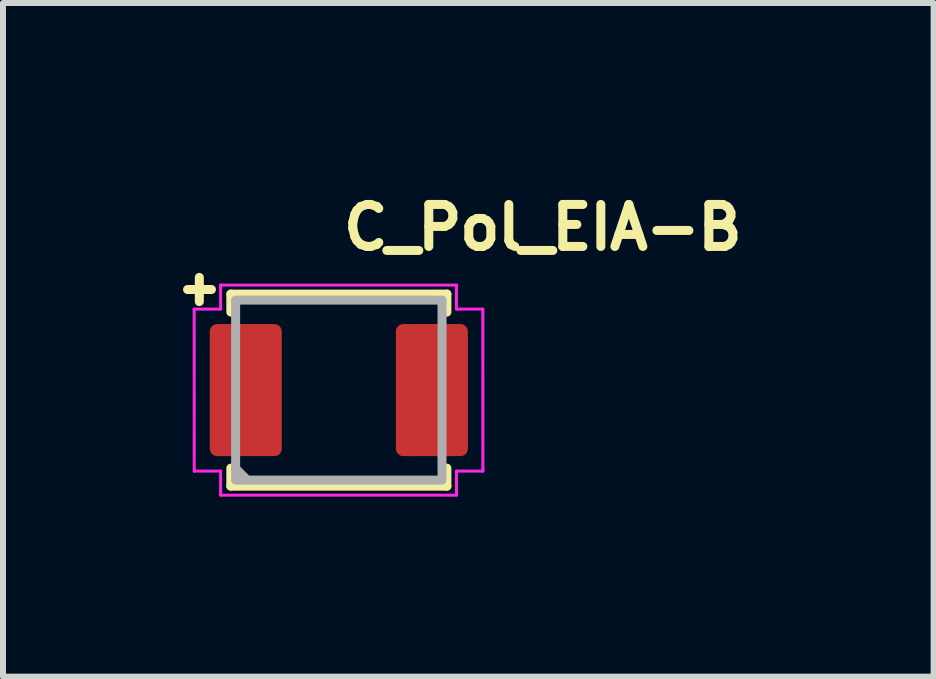
<source format=kicad_pcb>
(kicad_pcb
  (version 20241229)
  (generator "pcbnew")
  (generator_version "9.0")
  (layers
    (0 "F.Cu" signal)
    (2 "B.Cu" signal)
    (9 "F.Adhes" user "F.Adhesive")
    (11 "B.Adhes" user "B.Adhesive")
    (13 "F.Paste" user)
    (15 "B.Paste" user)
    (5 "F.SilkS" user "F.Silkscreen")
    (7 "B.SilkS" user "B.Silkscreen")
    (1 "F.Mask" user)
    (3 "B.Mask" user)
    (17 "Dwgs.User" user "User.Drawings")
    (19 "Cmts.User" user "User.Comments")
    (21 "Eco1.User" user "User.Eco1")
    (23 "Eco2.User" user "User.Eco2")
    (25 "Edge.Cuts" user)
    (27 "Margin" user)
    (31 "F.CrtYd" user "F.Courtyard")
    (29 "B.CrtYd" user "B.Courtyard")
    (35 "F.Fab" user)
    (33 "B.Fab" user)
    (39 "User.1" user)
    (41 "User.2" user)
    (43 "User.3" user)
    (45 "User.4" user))
  (footprint "C_Pol_EIA-B"
    (layer "F.Cu")
    (at 2.596 3.45)
    (property "Reference" "C_Pol_EIA-B" (at 0 -2.3 0) (layer "F.SilkS") (effects (font (size 0.7 0.7) (thickness 0.15)) (justify left bottom)))
    (attr smd)
    (fp_line (start -2.521 -1.676) (end -2.123 -1.676) (stroke (width 0.15) (type solid)) (layer "F.SilkS"))
    (fp_line (start -2.325 -1.475) (end -2.325 -1.878) (stroke (width 0.15) (type solid)) (layer "F.SilkS"))
    (fp_line (start -1.8 -1.6) (end 1.8 -1.6) (stroke (width 0.15) (type solid)) (layer "F.SilkS"))
    (fp_line (start -1.8 -1.3) (end -1.8 -1.6) (stroke (width 0.15) (type solid)) (layer "F.SilkS"))
    (fp_line (start -1.8 1.3) (end -1.8 1.6) (stroke (width 0.15) (type solid)) (layer "F.SilkS"))
    (fp_line (start 1.8 -1.3) (end 1.8 -1.6) (stroke (width 0.15) (type solid)) (layer "F.SilkS"))
    (fp_line (start 1.8 1.3) (end 1.8 1.6) (stroke (width 0.15) (type solid)) (layer "F.SilkS"))
    (fp_line (start 1.8 1.6) (end -1.8 1.6) (stroke (width 0.15) (type solid)) (layer "F.SilkS"))
    (fp_line (start -2.411 -1.35) (end -2.41 1.35) (stroke (width 0.05) (type solid)) (layer "F.CrtYd"))
    (fp_line (start -1.97 -1.75) (end -1.97 -1.35) (stroke (width 0.05) (type solid)) (layer "F.CrtYd"))
    (fp_line (start -1.97 -1.35) (end -2.41 -1.35) (stroke (width 0.05) (type solid)) (layer "F.CrtYd"))
    (fp_line (start -1.97 1.35) (end -2.41 1.35) (stroke (width 0.05) (type solid)) (layer "F.CrtYd"))
    (fp_line (start -1.97 1.35) (end -1.97 1.75) (stroke (width 0.05) (type solid)) (layer "F.CrtYd"))
    (fp_line (start 1.959 -1.75) (end -1.971 -1.75) (stroke (width 0.05) (type solid)) (layer "F.CrtYd"))
    (fp_line (start 1.959 -1.75) (end 1.959 -1.35) (stroke (width 0.05) (type solid)) (layer "F.CrtYd"))
    (fp_line (start 1.96 1.35) (end 1.96 1.75) (stroke (width 0.05) (type solid)) (layer "F.CrtYd"))
    (fp_line (start 1.96 1.75) (end -1.97 1.75) (stroke (width 0.05) (type solid)) (layer "F.CrtYd"))
    (fp_line (start 2.399 -1.35) (end 1.959 -1.35) (stroke (width 0.05) (type solid)) (layer "F.CrtYd"))
    (fp_line (start 2.399 -1.35) (end 2.4 1.35) (stroke (width 0.05) (type solid)) (layer "F.CrtYd"))
    (fp_line (start 2.4 1.35) (end 1.96 1.35) (stroke (width 0.05) (type solid)) (layer "F.CrtYd"))
    (fp_line (start -1.7 1.324) (end -1.551 1.475) (stroke (width 0.15) (type solid)) (layer "F.Fab"))
    (fp_rect (start -1.72 -1.5) (end 1.719 1.499) (stroke (width 0.15) (type solid)) (fill no) (layer "F.Fab"))
    (fp_rect (start -1.72 -1.5) (end 1.719 1.499) (stroke (width 0.1) (type solid)) (fill no) (layer "User.5"))
    (fp_rect (start -1.72 -1.5) (end 1.719 1.499) (stroke (width 0.1) (type solid)) (fill no) (layer "User.5"))
    (fp_line (start -1.72 -1.5) (end -1.72 1.499) (stroke (width 0.02) (type solid)) (layer "User.9"))
    (fp_line (start -1.72 1.499) (end 1.719 1.499) (stroke (width 0.02) (type solid)) (layer "User.9"))
    (fp_line (start 1.719 -1.5) (end -1.72 -1.5) (stroke (width 0.02) (type solid)) (layer "User.9"))
    (fp_line (start 1.719 1.499) (end 1.719 -1.5) (stroke (width 0.02) (type solid)) (layer "User.9"))
    (pad "1" smd roundrect (at -1.551 0) (size 1.2 2.2) (layers "F.Cu" "F.Mask" "F.Paste") (roundrect_rratio 0.1))
    (pad "2" smd roundrect (at 1.55 0) (size 1.2 2.2) (layers "F.Cu" "F.Mask" "F.Paste") (roundrect_rratio 0.1)))
  (gr_rect
    (start -3 -3)
    (end 12.506 8.225)
    (stroke (width 0.1) (type default))
    (fill no)
    (layer "Edge.Cuts")))
</source>
